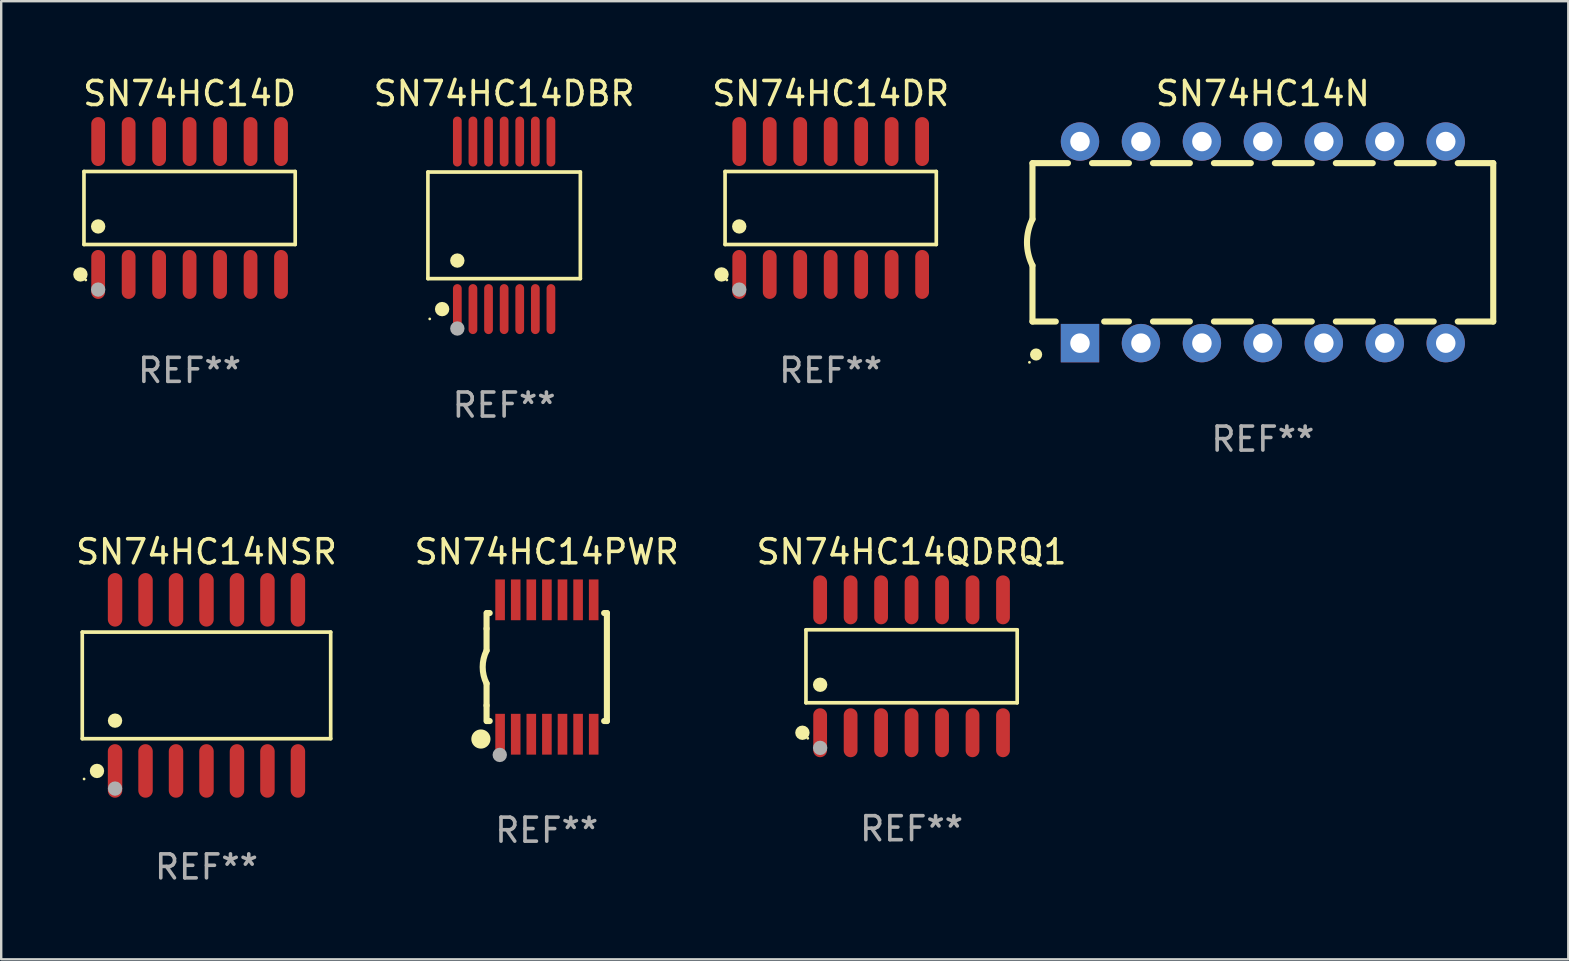
<source format=kicad_pcb>
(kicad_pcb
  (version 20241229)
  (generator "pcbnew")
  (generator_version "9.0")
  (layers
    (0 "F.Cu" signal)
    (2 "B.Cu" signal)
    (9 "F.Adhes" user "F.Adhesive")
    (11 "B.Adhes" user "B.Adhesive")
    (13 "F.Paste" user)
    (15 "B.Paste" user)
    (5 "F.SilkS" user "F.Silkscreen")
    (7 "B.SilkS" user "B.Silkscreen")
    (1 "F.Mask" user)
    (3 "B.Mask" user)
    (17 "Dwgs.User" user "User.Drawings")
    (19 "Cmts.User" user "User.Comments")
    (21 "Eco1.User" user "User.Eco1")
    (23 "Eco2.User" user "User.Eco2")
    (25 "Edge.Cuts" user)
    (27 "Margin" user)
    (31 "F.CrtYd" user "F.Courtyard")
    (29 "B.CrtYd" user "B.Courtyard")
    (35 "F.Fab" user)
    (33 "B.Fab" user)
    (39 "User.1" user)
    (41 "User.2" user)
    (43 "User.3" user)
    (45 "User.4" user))
  (footprint "SN74HC14DR"
    (layer "F.Cu")
    (at 31.564 5.617)
    (property "Reference" "SN74HC14DR" (at 0 -4.769 0) (layer "F.SilkS") (effects (font (size 1 1) (thickness 0.15))))
    (attr through_hole)
    (fp_line (start -4.401 -1.521) (end 4.401 -1.521) (stroke (width 0.152) (type solid)) (layer "F.SilkS"))
    (fp_line (start -4.401 1.521) (end -4.401 -1.521) (stroke (width 0.152) (type solid)) (layer "F.SilkS"))
    (fp_line (start 4.401 -1.521) (end 4.401 1.521) (stroke (width 0.152) (type solid)) (layer "F.SilkS"))
    (fp_line (start 4.401 1.521) (end -4.401 1.521) (stroke (width 0.152) (type solid)) (layer "F.SilkS"))
    (fp_circle (center -4.549 2.769) (end -4.399 2.769) (stroke (width 0.3) (type solid)) (fill no) (layer "F.SilkS"))
    (fp_circle (center -4.325 3) (end -4.295 3) (stroke (width 0.06) (type solid)) (fill no) (layer "F.SilkS"))
    (fp_circle (center -3.81 0.769) (end -3.66 0.769) (stroke (width 0.3) (type solid)) (fill no) (layer "F.SilkS"))
    (fp_circle (center -3.81 3.4) (end -3.66 3.4) (stroke (width 0.3) (type solid)) (fill no) (layer "F.Fab"))
    (fp_text user "REF**" (at 0 6.769 0) (layer "F.Fab") (effects (font (size 1 1) (thickness 0.15))))
    (pad "1" smd oval (at -3.81 2.769) (size 0.574 2.038) (layers "F.Cu" "F.Mask" "F.Paste"))
    (pad "2" smd oval (at -2.54 2.769) (size 0.574 2.038) (layers "F.Cu" "F.Mask" "F.Paste"))
    (pad "3" smd oval (at -1.27 2.769) (size 0.574 2.038) (layers "F.Cu" "F.Mask" "F.Paste"))
    (pad "4" smd oval (at 0 2.769) (size 0.574 2.038) (layers "F.Cu" "F.Mask" "F.Paste"))
    (pad "5" smd oval (at 1.27 2.769) (size 0.574 2.038) (layers "F.Cu" "F.Mask" "F.Paste"))
    (pad "6" smd oval (at 2.54 2.769) (size 0.574 2.038) (layers "F.Cu" "F.Mask" "F.Paste"))
    (pad "7" smd oval (at 3.81 2.769) (size 0.574 2.038) (layers "F.Cu" "F.Mask" "F.Paste"))
    (pad "8" smd oval (at 3.81 -2.769) (size 0.574 2.038) (layers "F.Cu" "F.Mask" "F.Paste"))
    (pad "9" smd oval (at 2.54 -2.769) (size 0.574 2.038) (layers "F.Cu" "F.Mask" "F.Paste"))
    (pad "10" smd oval (at 1.27 -2.769) (size 0.574 2.038) (layers "F.Cu" "F.Mask" "F.Paste"))
    (pad "11" smd oval (at 0 -2.769) (size 0.574 2.038) (layers "F.Cu" "F.Mask" "F.Paste"))
    (pad "12" smd oval (at -1.27 -2.769) (size 0.574 2.038) (layers "F.Cu" "F.Mask" "F.Paste"))
    (pad "13" smd oval (at -2.54 -2.769) (size 0.574 2.038) (layers "F.Cu" "F.Mask" "F.Paste"))
    (pad "14" smd oval (at -3.81 -2.769) (size 0.574 2.038) (layers "F.Cu" "F.Mask" "F.Paste")))
  (footprint "SN74HC14PWR"
    (layer "F.Cu")
    (at 19.732 24.745)
    (property "Reference" "SN74HC14PWR" (at 0 -4.8 0) (layer "F.SilkS") (effects (font (size 1 1) (thickness 0.15))))
    (attr through_hole)
    (fp_line (start -2.507 -1.6) (end -2.507 -2.25) (stroke (width 0.254) (type solid)) (layer "F.SilkS"))
    (fp_line (start -2.507 -0.686) (end -2.507 -1.6) (stroke (width 0.254) (type solid)) (layer "F.SilkS"))
    (fp_line (start -2.507 1.6) (end -2.507 0.686) (stroke (width 0.254) (type solid)) (layer "F.SilkS"))
    (fp_line (start -2.507 1.6) (end -2.507 2.25) (stroke (width 0.254) (type solid)) (layer "F.SilkS"))
    (fp_line (start -2.493 -2.25) (end -2.377 -2.25) (stroke (width 0.254) (type solid)) (layer "F.SilkS"))
    (fp_line (start -2.377 2.25) (end -2.493 2.25) (stroke (width 0.254) (type solid)) (layer "F.SilkS"))
    (fp_line (start 2.392 -2.25) (end 2.507 -2.25) (stroke (width 0.254) (type solid)) (layer "F.SilkS"))
    (fp_line (start 2.507 -2.25) (end 2.507 2.25) (stroke (width 0.254) (type solid)) (layer "F.SilkS"))
    (fp_line (start 2.507 2.25) (end 2.392 2.25) (stroke (width 0.254) (type solid)) (layer "F.SilkS"))
    (fp_arc (start -2.507303 0.685802) (mid -2.669199 0) (end -2.507303 -0.685801) (stroke (width 0.254001) (type solid)) (layer "F.SilkS"))
    (fp_circle (center -2.743 3) (end -2.543 3) (stroke (width 0.4) (type solid)) (fill no) (layer "F.SilkS"))
    (fp_circle (center -2.493 3.2) (end -2.463 3.2) (stroke (width 0.06) (type solid)) (fill no) (layer "F.SilkS"))
    (fp_circle (center -1.957 3.662) (end -1.807 3.662) (stroke (width 0.3) (type solid)) (fill no) (layer "F.Fab"))
    (fp_text user "REF**" (at 0 6.8 0) (layer "F.Fab") (effects (font (size 1 1) (thickness 0.15))))
    (pad "1" smd rect (at -1.943 2.8) (size 0.4 1.7) (layers "F.Cu" "F.Mask" "F.Paste"))
    (pad "2" smd rect (at -1.293 2.8) (size 0.4 1.7) (layers "F.Cu" "F.Mask" "F.Paste"))
    (pad "3" smd rect (at -0.643 2.8) (size 0.4 1.7) (layers "F.Cu" "F.Mask" "F.Paste"))
    (pad "4" smd rect (at 0.007 2.8) (size 0.4 1.7) (layers "F.Cu" "F.Mask" "F.Paste"))
    (pad "5" smd rect (at 0.657 2.8) (size 0.4 1.7) (layers "F.Cu" "F.Mask" "F.Paste"))
    (pad "6" smd rect (at 1.307 2.8) (size 0.4 1.7) (layers "F.Cu" "F.Mask" "F.Paste"))
    (pad "7" smd rect (at 1.957 2.8) (size 0.4 1.7) (layers "F.Cu" "F.Mask" "F.Paste"))
    (pad "8" smd rect (at 1.957 -2.8) (size 0.4 1.7) (layers "F.Cu" "F.Mask" "F.Paste"))
    (pad "9" smd rect (at 1.307 -2.8) (size 0.4 1.7) (layers "F.Cu" "F.Mask" "F.Paste"))
    (pad "10" smd rect (at 0.657 -2.8) (size 0.4 1.7) (layers "F.Cu" "F.Mask" "F.Paste"))
    (pad "11" smd rect (at 0.007 -2.8) (size 0.4 1.7) (layers "F.Cu" "F.Mask" "F.Paste"))
    (pad "12" smd rect (at -0.643 -2.8) (size 0.4 1.7) (layers "F.Cu" "F.Mask" "F.Paste"))
    (pad "13" smd rect (at -1.293 -2.8) (size 0.4 1.7) (layers "F.Cu" "F.Mask" "F.Paste"))
    (pad "14" smd rect (at -1.943 -2.8) (size 0.4 1.7) (layers "F.Cu" "F.Mask" "F.Paste")))
  (footprint "SN74HC14N"
    (layer "F.Cu")
    (at 49.573 7.048)
    (property "Reference" "SN74HC14N" (at 0 -6.2 0) (layer "F.SilkS") (effects (font (size 1 1) (thickness 0.15))))
    (attr through_hole)
    (fp_line (start -9.6 -3.3) (end -9.6 -0.965) (stroke (width 0.254) (type solid)) (layer "F.SilkS"))
    (fp_line (start -9.6 -3.3) (end -8.121 -3.3) (stroke (width 0.254) (type solid)) (layer "F.SilkS"))
    (fp_line (start -9.6 3.3) (end -9.6 0.965) (stroke (width 0.254) (type solid)) (layer "F.SilkS"))
    (fp_line (start -9.6 3.3) (end -8.628 3.3) (stroke (width 0.254) (type solid)) (layer "F.SilkS"))
    (fp_line (start -7.119 -3.3) (end -5.581 -3.3) (stroke (width 0.254) (type solid)) (layer "F.SilkS"))
    (fp_line (start -6.612 3.3) (end -5.581 3.3) (stroke (width 0.254) (type solid)) (layer "F.SilkS"))
    (fp_line (start -4.579 -3.3) (end -3.041 -3.3) (stroke (width 0.254) (type solid)) (layer "F.SilkS"))
    (fp_line (start -4.579 3.3) (end -3.041 3.3) (stroke (width 0.254) (type solid)) (layer "F.SilkS"))
    (fp_line (start -2.039 -3.3) (end -0.501 -3.3) (stroke (width 0.254) (type solid)) (layer "F.SilkS"))
    (fp_line (start -2.039 3.3) (end -0.501 3.3) (stroke (width 0.254) (type solid)) (layer "F.SilkS"))
    (fp_line (start 0.501 -3.3) (end 2.039 -3.3) (stroke (width 0.254) (type solid)) (layer "F.SilkS"))
    (fp_line (start 0.501 3.3) (end 2.039 3.3) (stroke (width 0.254) (type solid)) (layer "F.SilkS"))
    (fp_line (start 3.041 -3.3) (end 4.579 -3.3) (stroke (width 0.254) (type solid)) (layer "F.SilkS"))
    (fp_line (start 3.041 3.3) (end 4.579 3.3) (stroke (width 0.254) (type solid)) (layer "F.SilkS"))
    (fp_line (start 5.581 -3.3) (end 7.119 -3.3) (stroke (width 0.254) (type solid)) (layer "F.SilkS"))
    (fp_line (start 5.581 3.3) (end 7.119 3.3) (stroke (width 0.254) (type solid)) (layer "F.SilkS"))
    (fp_line (start 8.121 -3.3) (end 9.6 -3.3) (stroke (width 0.254) (type solid)) (layer "F.SilkS"))
    (fp_line (start 8.121 3.3) (end 9.6 3.3) (stroke (width 0.254) (type solid)) (layer "F.SilkS"))
    (fp_line (start 9.6 -3.3) (end 9.6 3.3) (stroke (width 0.254) (type solid)) (layer "F.SilkS"))
    (fp_arc (start -9.601219 0.965202) (mid -9.828641 -0.00004) (end -9.600025 -0.964999) (stroke (width 0.254001) (type solid)) (layer "F.SilkS"))
    (fp_circle (center -9.727 5) (end -9.697 5) (stroke (width 0.06) (type solid)) (fill no) (layer "F.SilkS"))
    (fp_circle (center -9.449 4.674) (end -9.322 4.674) (stroke (width 0.254) (type solid)) (fill no) (layer "F.SilkS"))
    (fp_text user "REF**" (at 0 8.2 0) (layer "F.Fab") (effects (font (size 1 1) (thickness 0.15))))
    (pad "1" thru_hole rect (at -7.62 4.2) (size 1.6 1.6) (drill 0.813) (layers "*.Cu" "*.Mask"))
    (pad "2" thru_hole circle (at -5.08 4.2) (size 1.6 1.6) (drill 0.813) (layers "*.Cu" "*.Mask"))
    (pad "3" thru_hole circle (at -2.54 4.2) (size 1.6 1.6) (drill 0.813) (layers "*.Cu" "*.Mask"))
    (pad "4" thru_hole circle (at 0 4.2) (size 1.6 1.6) (drill 0.813) (layers "*.Cu" "*.Mask"))
    (pad "5" thru_hole circle (at 2.54 4.2) (size 1.6 1.6) (drill 0.813) (layers "*.Cu" "*.Mask"))
    (pad "6" thru_hole circle (at 5.08 4.2) (size 1.6 1.6) (drill 0.813) (layers "*.Cu" "*.Mask"))
    (pad "7" thru_hole circle (at 7.62 4.2) (size 1.6 1.6) (drill 0.813) (layers "*.Cu" "*.Mask"))
    (pad "8" thru_hole circle (at 7.62 -4.2) (size 1.6 1.6) (drill 0.813) (layers "*.Cu" "*.Mask"))
    (pad "9" thru_hole circle (at 5.08 -4.2) (size 1.6 1.6) (drill 0.813) (layers "*.Cu" "*.Mask"))
    (pad "10" thru_hole circle (at 2.54 -4.2) (size 1.6 1.6) (drill 0.813) (layers "*.Cu" "*.Mask"))
    (pad "11" thru_hole circle (at 0 -4.2) (size 1.6 1.6) (drill 0.813) (layers "*.Cu" "*.Mask"))
    (pad "12" thru_hole circle (at -2.54 -4.2) (size 1.6 1.6) (drill 0.813) (layers "*.Cu" "*.Mask"))
    (pad "13" thru_hole circle (at -5.08 -4.2) (size 1.6 1.6) (drill 0.813) (layers "*.Cu" "*.Mask"))
    (pad "14" thru_hole circle (at -7.62 -4.2) (size 1.6 1.6) (drill 0.813) (layers "*.Cu" "*.Mask")))
  (footprint "SN74HC14DBR"
    (layer "F.Cu")
    (at 17.957 6.339)
    (property "Reference" "SN74HC14DBR" (at 0 -5.491 0) (layer "F.SilkS") (effects (font (size 1 1) (thickness 0.15))))
    (attr through_hole)
    (fp_line (start -3.176 -2.221) (end 3.176 -2.221) (stroke (width 0.152) (type solid)) (layer "F.SilkS"))
    (fp_line (start -3.176 2.221) (end -3.176 -2.221) (stroke (width 0.152) (type solid)) (layer "F.SilkS"))
    (fp_line (start 3.176 -2.221) (end 3.176 2.221) (stroke (width 0.152) (type solid)) (layer "F.SilkS"))
    (fp_line (start 3.176 2.221) (end -3.176 2.221) (stroke (width 0.152) (type solid)) (layer "F.SilkS"))
    (fp_circle (center -3.1 3.9) (end -3.07 3.9) (stroke (width 0.06) (type solid)) (fill no) (layer "F.SilkS"))
    (fp_circle (center -2.584 3.491) (end -2.434 3.491) (stroke (width 0.3) (type solid)) (fill no) (layer "F.SilkS"))
    (fp_circle (center -1.95 1.469) (end -1.8 1.469) (stroke (width 0.3) (type solid)) (fill no) (layer "F.SilkS"))
    (fp_circle (center -1.95 4.3) (end -1.8 4.3) (stroke (width 0.3) (type solid)) (fill no) (layer "F.Fab"))
    (fp_text user "REF**" (at 0 7.491 0) (layer "F.Fab") (effects (font (size 1 1) (thickness 0.15))))
    (pad "1" smd oval (at -1.95 3.491) (size 0.364 2.082) (layers "F.Cu" "F.Mask" "F.Paste"))
    (pad "2" smd oval (at -1.3 3.491) (size 0.364 2.082) (layers "F.Cu" "F.Mask" "F.Paste"))
    (pad "3" smd oval (at -0.65 3.491) (size 0.364 2.082) (layers "F.Cu" "F.Mask" "F.Paste"))
    (pad "4" smd oval (at 0 3.491) (size 0.364 2.082) (layers "F.Cu" "F.Mask" "F.Paste"))
    (pad "5" smd oval (at 0.65 3.491) (size 0.364 2.082) (layers "F.Cu" "F.Mask" "F.Paste"))
    (pad "6" smd oval (at 1.3 3.491) (size 0.364 2.082) (layers "F.Cu" "F.Mask" "F.Paste"))
    (pad "7" smd oval (at 1.95 3.491) (size 0.364 2.082) (layers "F.Cu" "F.Mask" "F.Paste"))
    (pad "8" smd oval (at 1.95 -3.491) (size 0.364 2.082) (layers "F.Cu" "F.Mask" "F.Paste"))
    (pad "9" smd oval (at 1.3 -3.491) (size 0.364 2.082) (layers "F.Cu" "F.Mask" "F.Paste"))
    (pad "10" smd oval (at 0.65 -3.491) (size 0.364 2.082) (layers "F.Cu" "F.Mask" "F.Paste"))
    (pad "11" smd oval (at 0 -3.491) (size 0.364 2.082) (layers "F.Cu" "F.Mask" "F.Paste"))
    (pad "12" smd oval (at -0.65 -3.491) (size 0.364 2.082) (layers "F.Cu" "F.Mask" "F.Paste"))
    (pad "13" smd oval (at -1.3 -3.491) (size 0.364 2.082) (layers "F.Cu" "F.Mask" "F.Paste"))
    (pad "14" smd oval (at -1.95 -3.491) (size 0.364 2.082) (layers "F.Cu" "F.Mask" "F.Paste")))
  (footprint "SN74HC14QDRQ1"
    (layer "F.Cu")
    (at 34.935 24.714)
    (property "Reference" "SN74HC14QDRQ1" (at 0 -4.769 0) (layer "F.SilkS") (effects (font (size 1 1) (thickness 0.15))))
    (attr through_hole)
    (fp_line (start -4.401 -1.521) (end 4.401 -1.521) (stroke (width 0.152) (type solid)) (layer "F.SilkS"))
    (fp_line (start -4.401 1.521) (end -4.401 -1.521) (stroke (width 0.152) (type solid)) (layer "F.SilkS"))
    (fp_line (start 4.401 -1.521) (end 4.401 1.521) (stroke (width 0.152) (type solid)) (layer "F.SilkS"))
    (fp_line (start 4.401 1.521) (end -4.401 1.521) (stroke (width 0.152) (type solid)) (layer "F.SilkS"))
    (fp_circle (center -4.549 2.769) (end -4.399 2.769) (stroke (width 0.3) (type solid)) (fill no) (layer "F.SilkS"))
    (fp_circle (center -4.325 3) (end -4.295 3) (stroke (width 0.06) (type solid)) (fill no) (layer "F.SilkS"))
    (fp_circle (center -3.81 0.769) (end -3.66 0.769) (stroke (width 0.3) (type solid)) (fill no) (layer "F.SilkS"))
    (fp_circle (center -3.81 3.4) (end -3.66 3.4) (stroke (width 0.3) (type solid)) (fill no) (layer "F.Fab"))
    (fp_text user "REF**" (at 0 6.769 0) (layer "F.Fab") (effects (font (size 1 1) (thickness 0.15))))
    (pad "1" smd oval (at -3.81 2.769) (size 0.574 2.038) (layers "F.Cu" "F.Mask" "F.Paste"))
    (pad "2" smd oval (at -2.54 2.769) (size 0.574 2.038) (layers "F.Cu" "F.Mask" "F.Paste"))
    (pad "3" smd oval (at -1.27 2.769) (size 0.574 2.038) (layers "F.Cu" "F.Mask" "F.Paste"))
    (pad "4" smd oval (at 0 2.769) (size 0.574 2.038) (layers "F.Cu" "F.Mask" "F.Paste"))
    (pad "5" smd oval (at 1.27 2.769) (size 0.574 2.038) (layers "F.Cu" "F.Mask" "F.Paste"))
    (pad "6" smd oval (at 2.54 2.769) (size 0.574 2.038) (layers "F.Cu" "F.Mask" "F.Paste"))
    (pad "7" smd oval (at 3.81 2.769) (size 0.574 2.038) (layers "F.Cu" "F.Mask" "F.Paste"))
    (pad "8" smd oval (at 3.81 -2.769) (size 0.574 2.038) (layers "F.Cu" "F.Mask" "F.Paste"))
    (pad "9" smd oval (at 2.54 -2.769) (size 0.574 2.038) (layers "F.Cu" "F.Mask" "F.Paste"))
    (pad "10" smd oval (at 1.27 -2.769) (size 0.574 2.038) (layers "F.Cu" "F.Mask" "F.Paste"))
    (pad "11" smd oval (at 0 -2.769) (size 0.574 2.038) (layers "F.Cu" "F.Mask" "F.Paste"))
    (pad "12" smd oval (at -1.27 -2.769) (size 0.574 2.038) (layers "F.Cu" "F.Mask" "F.Paste"))
    (pad "13" smd oval (at -2.54 -2.769) (size 0.574 2.038) (layers "F.Cu" "F.Mask" "F.Paste"))
    (pad "14" smd oval (at -3.81 -2.769) (size 0.574 2.038) (layers "F.Cu" "F.Mask" "F.Paste")))
  (footprint "SN74HC14NSR"
    (layer "F.Cu")
    (at 5.554 25.51)
    (property "Reference" "SN74HC14NSR" (at 0 -5.565 0) (layer "F.SilkS") (effects (font (size 1 1) (thickness 0.15))))
    (attr through_hole)
    (fp_line (start -5.176 -2.221) (end 5.176 -2.221) (stroke (width 0.152) (type solid)) (layer "F.SilkS"))
    (fp_line (start -5.176 2.221) (end -5.176 -2.221) (stroke (width 0.152) (type solid)) (layer "F.SilkS"))
    (fp_line (start 5.176 -2.221) (end 5.176 2.221) (stroke (width 0.152) (type solid)) (layer "F.SilkS"))
    (fp_line (start 5.176 2.221) (end -5.176 2.221) (stroke (width 0.152) (type solid)) (layer "F.SilkS"))
    (fp_circle (center -5.1 3.9) (end -5.07 3.9) (stroke (width 0.06) (type solid)) (fill no) (layer "F.SilkS"))
    (fp_circle (center -4.563 3.565) (end -4.413 3.565) (stroke (width 0.3) (type solid)) (fill no) (layer "F.SilkS"))
    (fp_circle (center -3.81 1.469) (end -3.66 1.469) (stroke (width 0.3) (type solid)) (fill no) (layer "F.SilkS"))
    (fp_circle (center -3.81 4.3) (end -3.66 4.3) (stroke (width 0.3) (type solid)) (fill no) (layer "F.Fab"))
    (fp_text user "REF**" (at 0 7.565 0) (layer "F.Fab") (effects (font (size 1 1) (thickness 0.15))))
    (pad "1" smd oval (at -3.81 3.565) (size 0.602 2.231) (layers "F.Cu" "F.Mask" "F.Paste"))
    (pad "2" smd oval (at -2.54 3.565) (size 0.602 2.231) (layers "F.Cu" "F.Mask" "F.Paste"))
    (pad "3" smd oval (at -1.27 3.565) (size 0.602 2.231) (layers "F.Cu" "F.Mask" "F.Paste"))
    (pad "4" smd oval (at 0 3.565) (size 0.602 2.231) (layers "F.Cu" "F.Mask" "F.Paste"))
    (pad "5" smd oval (at 1.27 3.565) (size 0.602 2.231) (layers "F.Cu" "F.Mask" "F.Paste"))
    (pad "6" smd oval (at 2.54 3.565) (size 0.602 2.231) (layers "F.Cu" "F.Mask" "F.Paste"))
    (pad "7" smd oval (at 3.81 3.565) (size 0.602 2.231) (layers "F.Cu" "F.Mask" "F.Paste"))
    (pad "8" smd oval (at 3.81 -3.565) (size 0.602 2.231) (layers "F.Cu" "F.Mask" "F.Paste"))
    (pad "9" smd oval (at 2.54 -3.565) (size 0.602 2.231) (layers "F.Cu" "F.Mask" "F.Paste"))
    (pad "10" smd oval (at 1.27 -3.565) (size 0.602 2.231) (layers "F.Cu" "F.Mask" "F.Paste"))
    (pad "11" smd oval (at 0 -3.565) (size 0.602 2.231) (layers "F.Cu" "F.Mask" "F.Paste"))
    (pad "12" smd oval (at -1.27 -3.565) (size 0.602 2.231) (layers "F.Cu" "F.Mask" "F.Paste"))
    (pad "13" smd oval (at -2.54 -3.565) (size 0.602 2.231) (layers "F.Cu" "F.Mask" "F.Paste"))
    (pad "14" smd oval (at -3.81 -3.565) (size 0.602 2.231) (layers "F.Cu" "F.Mask" "F.Paste")))
  (footprint "SN74HC14D"
    (layer "F.Cu")
    (at 4.85 5.617)
    (property "Reference" "SN74HC14D" (at 0 -4.769 0) (layer "F.SilkS") (effects (font (size 1 1) (thickness 0.15))))
    (attr through_hole)
    (fp_line (start -4.401 -1.521) (end 4.401 -1.521) (stroke (width 0.152) (type solid)) (layer "F.SilkS"))
    (fp_line (start -4.401 1.521) (end -4.401 -1.521) (stroke (width 0.152) (type solid)) (layer "F.SilkS"))
    (fp_line (start 4.401 -1.521) (end 4.401 1.521) (stroke (width 0.152) (type solid)) (layer "F.SilkS"))
    (fp_line (start 4.401 1.521) (end -4.401 1.521) (stroke (width 0.152) (type solid)) (layer "F.SilkS"))
    (fp_circle (center -4.549 2.769) (end -4.399 2.769) (stroke (width 0.3) (type solid)) (fill no) (layer "F.SilkS"))
    (fp_circle (center -4.325 3) (end -4.295 3) (stroke (width 0.06) (type solid)) (fill no) (layer "F.SilkS"))
    (fp_circle (center -3.81 0.769) (end -3.66 0.769) (stroke (width 0.3) (type solid)) (fill no) (layer "F.SilkS"))
    (fp_circle (center -3.81 3.4) (end -3.66 3.4) (stroke (width 0.3) (type solid)) (fill no) (layer "F.Fab"))
    (fp_text user "REF**" (at 0 6.769 0) (layer "F.Fab") (effects (font (size 1 1) (thickness 0.15))))
    (pad "1" smd oval (at -3.81 2.769) (size 0.574 2.038) (layers "F.Cu" "F.Mask" "F.Paste"))
    (pad "2" smd oval (at -2.54 2.769) (size 0.574 2.038) (layers "F.Cu" "F.Mask" "F.Paste"))
    (pad "3" smd oval (at -1.27 2.769) (size 0.574 2.038) (layers "F.Cu" "F.Mask" "F.Paste"))
    (pad "4" smd oval (at 0 2.769) (size 0.574 2.038) (layers "F.Cu" "F.Mask" "F.Paste"))
    (pad "5" smd oval (at 1.27 2.769) (size 0.574 2.038) (layers "F.Cu" "F.Mask" "F.Paste"))
    (pad "6" smd oval (at 2.54 2.769) (size 0.574 2.038) (layers "F.Cu" "F.Mask" "F.Paste"))
    (pad "7" smd oval (at 3.81 2.769) (size 0.574 2.038) (layers "F.Cu" "F.Mask" "F.Paste"))
    (pad "8" smd oval (at 3.81 -2.769) (size 0.574 2.038) (layers "F.Cu" "F.Mask" "F.Paste"))
    (pad "9" smd oval (at 2.54 -2.769) (size 0.574 2.038) (layers "F.Cu" "F.Mask" "F.Paste"))
    (pad "10" smd oval (at 1.27 -2.769) (size 0.574 2.038) (layers "F.Cu" "F.Mask" "F.Paste"))
    (pad "11" smd oval (at 0 -2.769) (size 0.574 2.038) (layers "F.Cu" "F.Mask" "F.Paste"))
    (pad "12" smd oval (at -1.27 -2.769) (size 0.574 2.038) (layers "F.Cu" "F.Mask" "F.Paste"))
    (pad "13" smd oval (at -2.54 -2.769) (size 0.574 2.038) (layers "F.Cu" "F.Mask" "F.Paste"))
    (pad "14" smd oval (at -3.81 -2.769) (size 0.574 2.038) (layers "F.Cu" "F.Mask" "F.Paste")))
  (gr_rect
    (start -3 -3)
    (end 62.3 36.924)
    (stroke (width 0.1) (type default))
    (fill no)
    (layer "Edge.Cuts")))
</source>
